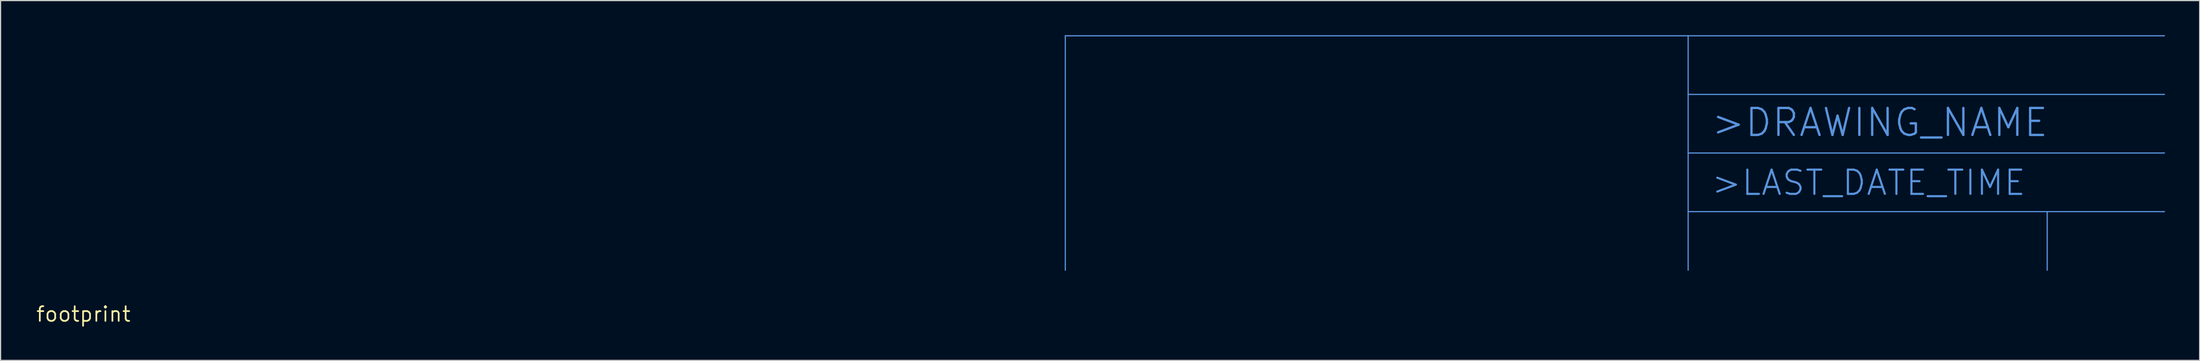
<source format=kicad_pcb>
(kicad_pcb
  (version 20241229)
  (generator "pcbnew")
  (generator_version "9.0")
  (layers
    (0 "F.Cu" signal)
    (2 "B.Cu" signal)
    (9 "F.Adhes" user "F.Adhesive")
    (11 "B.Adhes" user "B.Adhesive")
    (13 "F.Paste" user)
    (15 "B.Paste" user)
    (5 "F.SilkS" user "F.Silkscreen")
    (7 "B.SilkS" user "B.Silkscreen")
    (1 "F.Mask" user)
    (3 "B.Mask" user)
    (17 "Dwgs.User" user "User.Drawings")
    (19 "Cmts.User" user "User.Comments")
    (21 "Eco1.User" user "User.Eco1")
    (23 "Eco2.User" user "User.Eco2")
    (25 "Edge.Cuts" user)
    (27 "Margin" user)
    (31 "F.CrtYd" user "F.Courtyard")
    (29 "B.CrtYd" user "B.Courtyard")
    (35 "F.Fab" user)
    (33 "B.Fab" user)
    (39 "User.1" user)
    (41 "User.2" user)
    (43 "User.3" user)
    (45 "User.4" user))
  (footprint "footprint"
    (layer "F.Cu")
    (at 4.18 24.181)
    (property "Reference" "footprint" (at 0 0 0) (layer "F.SilkS") (effects (font (size 1.27 1.27) (thickness 0.15))))
    (fp_line (start 85.09 -24.13) (end 139.065 -24.13) (stroke (width 0.102) (type solid)) (layer "Cmts.User"))
    (fp_line (start 85.09 -3.81) (end 85.09 -24.13) (stroke (width 0.102) (type solid)) (layer "Cmts.User"))
    (fp_line (start 139.065 -24.13) (end 180.34 -24.13) (stroke (width 0.102) (type solid)) (layer "Cmts.User"))
    (fp_line (start 139.065 -19.05) (end 139.065 -24.13) (stroke (width 0.102) (type solid)) (layer "Cmts.User"))
    (fp_line (start 139.065 -19.05) (end 180.34 -19.05) (stroke (width 0.102) (type solid)) (layer "Cmts.User"))
    (fp_line (start 139.065 -13.97) (end 139.065 -19.05) (stroke (width 0.102) (type solid)) (layer "Cmts.User"))
    (fp_line (start 139.065 -13.97) (end 180.34 -13.97) (stroke (width 0.102) (type solid)) (layer "Cmts.User"))
    (fp_line (start 139.065 -8.89) (end 139.065 -13.97) (stroke (width 0.102) (type solid)) (layer "Cmts.User"))
    (fp_line (start 139.065 -8.89) (end 139.065 -3.81) (stroke (width 0.102) (type solid)) (layer "Cmts.User"))
    (fp_line (start 170.18 -8.89) (end 139.065 -8.89) (stroke (width 0.102) (type solid)) (layer "Cmts.User"))
    (fp_line (start 170.18 -8.89) (end 180.34 -8.89) (stroke (width 0.102) (type solid)) (layer "Cmts.User"))
    (fp_line (start 170.18 -3.81) (end 170.18 -8.89) (stroke (width 0.102) (type solid)) (layer "Cmts.User"))
    (fp_text user ">DRAWING_NAME" (at 140.97 -15.24 0) (layer "Cmts.User") (effects (font (size 2.337 2.337) (thickness 0.203)) (justify left bottom)))
    (fp_text user ">LAST_DATE_TIME" (at 140.97 -10.16 0) (layer "Cmts.User") (effects (font (size 2.103 2.103) (thickness 0.183)) (justify left bottom))))
  (gr_rect
    (start -3 -3)
    (end 187.571 28.187)
    (stroke (width 0.1) (type default))
    (fill no)
    (layer "Edge.Cuts")))
</source>
